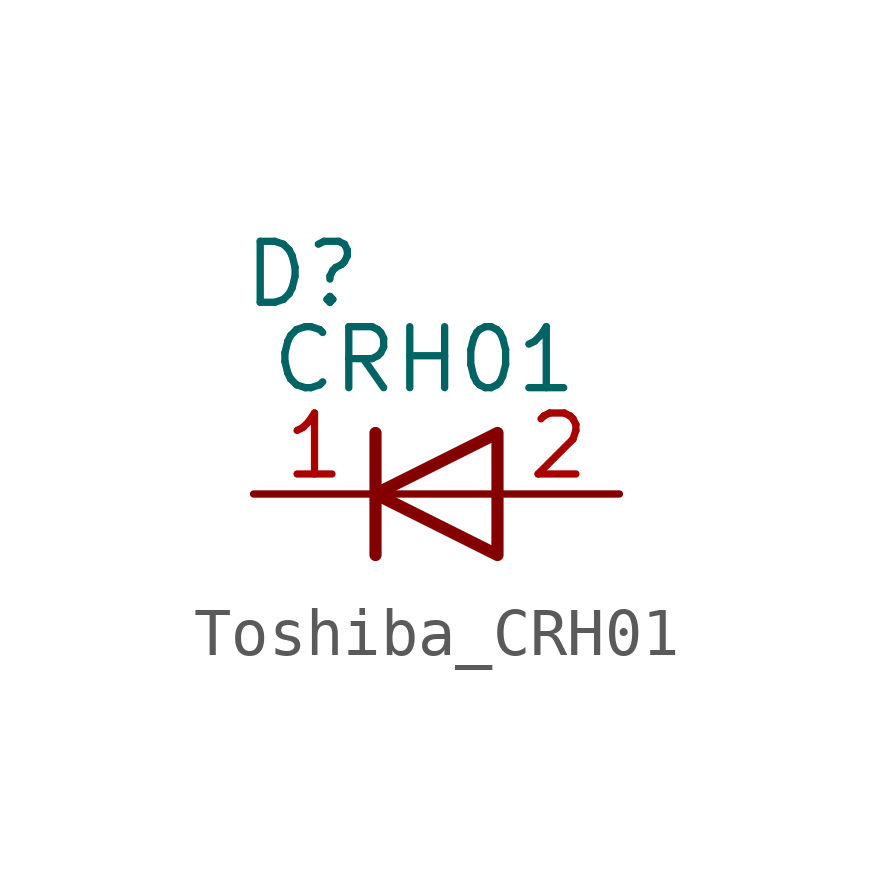
<source format=kicad_sym>
(kicad_symbol_lib
  (version 20241209)
  (generator "kicad_symbol_editor")
  (generator_version "9.0")
  (symbol "Toshiba_CRH01"
    (property "Reference" "D"
      (at -0.254 2.032 0)
      (effects (font (size 1.27 1.27))))
    (property "Value" "CRH01"
      (at 2.286 0.254 0)
      (effects (font (size 1.27 1.27))))
    (symbol "Toshiba_CRH01_0_1"
      (polyline (pts (xy 1.27 -1.27) (xy 1.27 -3.81)) (stroke (width 0.254) (type default)) (fill (type none)))
      (polyline (pts (xy 3.81 -1.27) (xy 3.81 -3.81) (xy 1.27 -2.54) (xy 3.81 -1.27)) (stroke (width 0.254) (type default)) (fill (type none)))
      (polyline (pts (xy 3.81 -2.54) (xy 1.27 -2.54)) (stroke (width 0) (type default)) (fill (type none))))
    (symbol "Toshiba_CRH01_1_1"
      (pin passive line (at -1.27 -2.54 0) (length 2.54) (name "" (effects (font (size 1.27 1.27)))) (number "1" (effects (font (size 1.27 1.27)))))
      (pin passive line (at 6.35 -2.54 180) (length 2.54) (name "" (effects (font (size 1.27 1.27)))) (number "2" (effects (font (size 1.27 1.27))))))))
</source>
